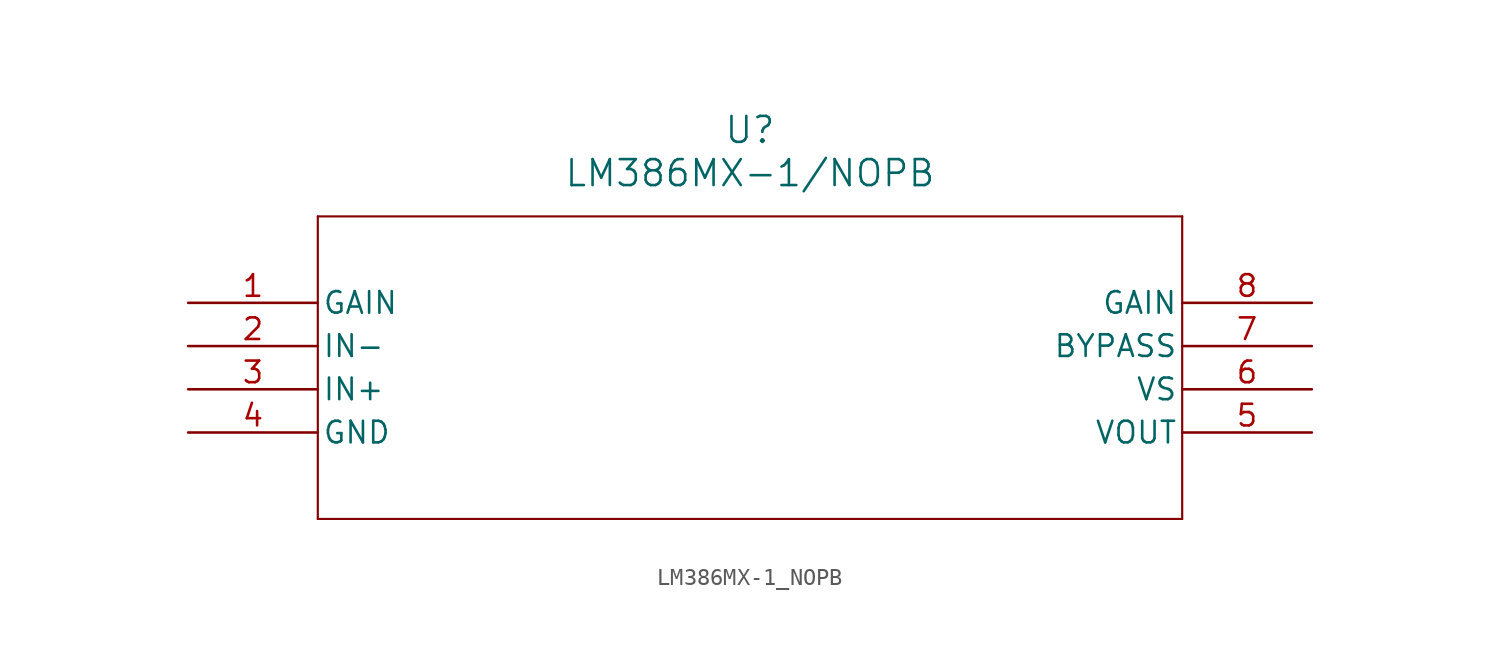
<source format=kicad_sym>
(kicad_symbol_lib
  (version 20211014)
  (generator kicad_symbol_editor)
  (symbol "LM386MX-1_NOPB"
    (pin_names
      (offset 0.254))
    (property "Reference" "U"
      (at 33.02 10.16 0)
      (effects (font (size 1.524 1.524))))
    (property "Value" "LM386MX-1/NOPB"
      (at 33.02 7.62 0)
      (effects (font (size 1.524 1.524))))
    (symbol "LM386MX-1_NOPB_0_1"
      (polyline (pts (xy 7.62 5.08) (xy 7.62 -12.7)) (stroke (width 0.127) (type default) (color 0 0 0 0)) (fill (type none)))
      (polyline (pts (xy 7.62 -12.7) (xy 58.42 -12.7)) (stroke (width 0.127) (type default) (color 0 0 0 0)) (fill (type none)))
      (polyline (pts (xy 58.42 -12.7) (xy 58.42 5.08)) (stroke (width 0.127) (type default) (color 0 0 0 0)) (fill (type none)))
      (polyline (pts (xy 58.42 5.08) (xy 7.62 5.08)) (stroke (width 0.127) (type default) (color 0 0 0 0)) (fill (type none)))
      (pin passive line (at 0 0 0) (length 7.62) (name "GAIN" (effects (font (size 1.27 1.27)))) (number "1" (effects (font (size 1.27 1.27)))))
      (pin input line (at 0 -2.54 0) (length 7.62) (name "IN-" (effects (font (size 1.27 1.27)))) (number "2" (effects (font (size 1.27 1.27)))))
      (pin input line (at 0 -5.08 0) (length 7.62) (name "IN+" (effects (font (size 1.27 1.27)))) (number "3" (effects (font (size 1.27 1.27)))))
      (pin power_in line (at 0 -7.62 0) (length 7.62) (name "GND" (effects (font (size 1.27 1.27)))) (number "4" (effects (font (size 1.27 1.27)))))
      (pin output line (at 66.04 -7.62 180) (length 7.62) (name "VOUT" (effects (font (size 1.27 1.27)))) (number "5" (effects (font (size 1.27 1.27)))))
      (pin power_in line (at 66.04 -5.08 180) (length 7.62) (name "VS" (effects (font (size 1.27 1.27)))) (number "6" (effects (font (size 1.27 1.27)))))
      (pin passive line (at 66.04 -2.54 180) (length 7.62) (name "BYPASS" (effects (font (size 1.27 1.27)))) (number "7" (effects (font (size 1.27 1.27)))))
      (pin passive line (at 66.04 0 180) (length 7.62) (name "GAIN" (effects (font (size 1.27 1.27)))) (number "8" (effects (font (size 1.27 1.27))))))))
</source>
